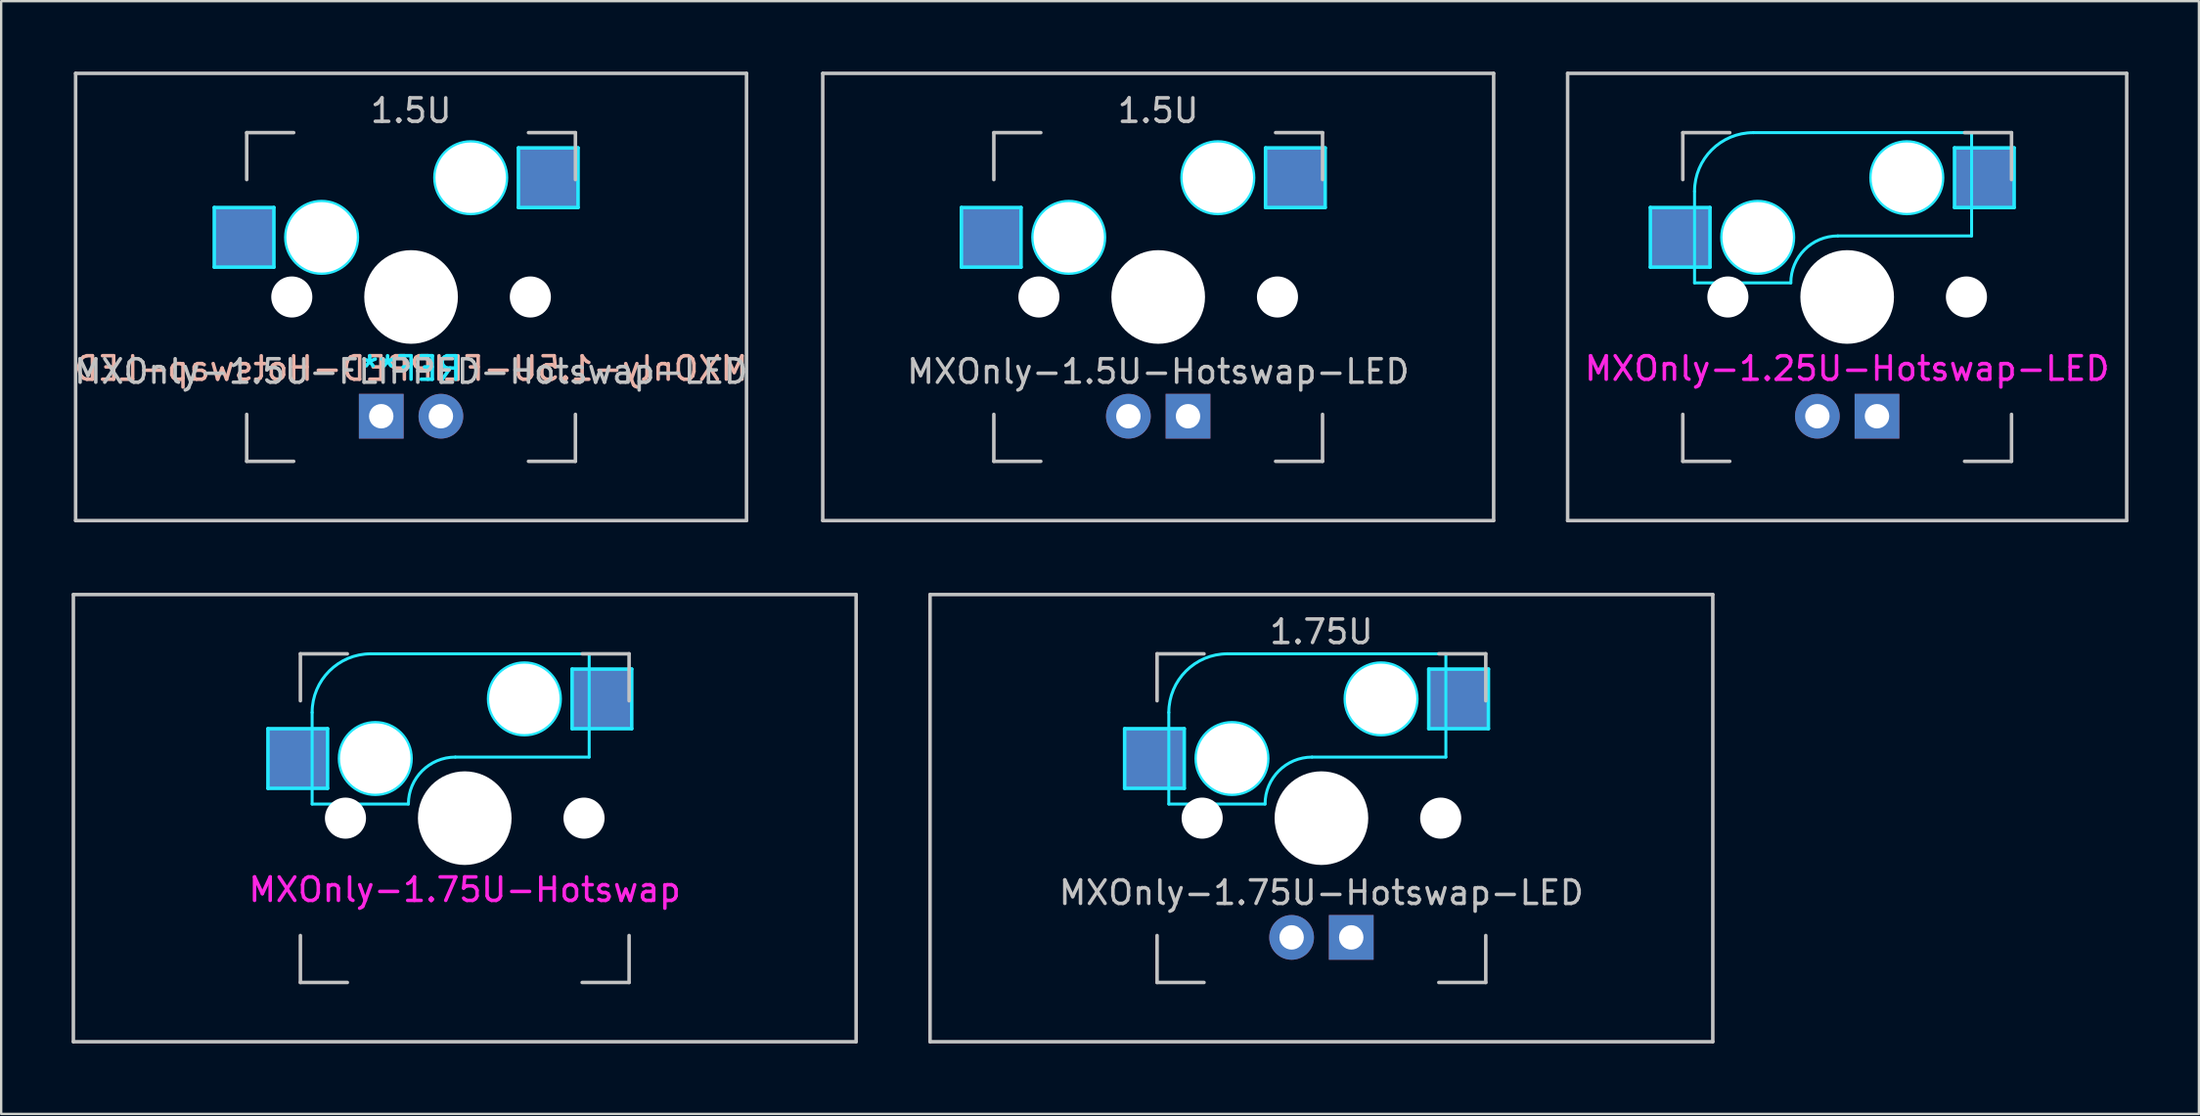
<source format=kicad_pcb>
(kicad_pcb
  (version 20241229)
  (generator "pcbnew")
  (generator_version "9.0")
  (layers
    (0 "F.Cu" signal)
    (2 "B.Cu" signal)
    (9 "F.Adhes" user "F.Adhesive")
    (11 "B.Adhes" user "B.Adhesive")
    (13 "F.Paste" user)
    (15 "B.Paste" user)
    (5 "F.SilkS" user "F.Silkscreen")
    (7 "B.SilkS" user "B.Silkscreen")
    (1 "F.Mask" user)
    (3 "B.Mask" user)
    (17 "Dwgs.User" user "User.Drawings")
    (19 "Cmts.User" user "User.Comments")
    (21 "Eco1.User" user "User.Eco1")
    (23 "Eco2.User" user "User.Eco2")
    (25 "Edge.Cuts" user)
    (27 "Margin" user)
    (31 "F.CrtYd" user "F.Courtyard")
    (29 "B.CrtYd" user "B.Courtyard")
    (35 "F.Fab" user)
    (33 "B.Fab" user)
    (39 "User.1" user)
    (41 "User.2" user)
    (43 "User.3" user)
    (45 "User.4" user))
  (footprint "MXOnly-1.5U-FLIPPED-Hotswap-LED"
    (layer "F.Cu")
    (at 14.458 9.6)
    (property "Reference" "MXOnly-1.5U-FLIPPED-Hotswap-LED" (at 0 3.175 0) (layer "Dwgs.User") (effects (font (size 1 1) (thickness 0.15))))
    (attr through_hole)
    (fp_line (start -14.287 -9.525) (end 14.287 -9.525) (stroke (width 0.15) (type solid)) (layer "Dwgs.User"))
    (fp_line (start -14.287 9.525) (end -14.287 -9.525) (stroke (width 0.15) (type solid)) (layer "Dwgs.User"))
    (fp_line (start -7 -7) (end -7 -5) (stroke (width 0.15) (type solid)) (layer "Dwgs.User"))
    (fp_line (start -7 5) (end -7 7) (stroke (width 0.15) (type solid)) (layer "Dwgs.User"))
    (fp_line (start -7 7) (end -5 7) (stroke (width 0.15) (type solid)) (layer "Dwgs.User"))
    (fp_line (start -5 -7) (end -7 -7) (stroke (width 0.15) (type solid)) (layer "Dwgs.User"))
    (fp_line (start 5 -7) (end 7 -7) (stroke (width 0.15) (type solid)) (layer "Dwgs.User"))
    (fp_line (start 5 7) (end 7 7) (stroke (width 0.15) (type solid)) (layer "Dwgs.User"))
    (fp_line (start 7 -7) (end 7 -5) (stroke (width 0.15) (type solid)) (layer "Dwgs.User"))
    (fp_line (start 7 7) (end 7 5) (stroke (width 0.15) (type solid)) (layer "Dwgs.User"))
    (fp_line (start 14.287 -9.525) (end 14.287 9.525) (stroke (width 0.15) (type solid)) (layer "Dwgs.User"))
    (fp_line (start 14.287 9.525) (end -14.287 9.525) (stroke (width 0.15) (type solid)) (layer "Dwgs.User"))
    (fp_line (start -8.382 -3.81) (end -5.842 -3.81) (stroke (width 0.15) (type solid)) (layer "B.CrtYd"))
    (fp_line (start -8.382 -1.27) (end -8.382 -3.81) (stroke (width 0.15) (type solid)) (layer "B.CrtYd"))
    (fp_line (start -5.842 -3.81) (end -5.842 -1.27) (stroke (width 0.15) (type solid)) (layer "B.CrtYd"))
    (fp_line (start -5.842 -1.27) (end -8.382 -1.27) (stroke (width 0.15) (type solid)) (layer "B.CrtYd"))
    (fp_line (start 4.572 -6.35) (end 7.112 -6.35) (stroke (width 0.15) (type solid)) (layer "B.CrtYd"))
    (fp_line (start 4.572 -3.81) (end 4.572 -6.35) (stroke (width 0.15) (type solid)) (layer "B.CrtYd"))
    (fp_line (start 7.112 -6.35) (end 7.112 -3.81) (stroke (width 0.15) (type solid)) (layer "B.CrtYd"))
    (fp_line (start 7.112 -3.81) (end 4.572 -3.81) (stroke (width 0.15) (type solid)) (layer "B.CrtYd"))
    (fp_circle (center -3.81 -2.54) (end -3.81 -4.064) (stroke (width 0.15) (type solid)) (fill no) (layer "B.CrtYd"))
    (fp_circle (center 2.54 -5.08) (end 2.54 -6.604) (stroke (width 0.15) (type solid)) (fill no) (layer "B.CrtYd"))
    (fp_text user "${REFERENCE}" (at 0 3.048 0) (layer "B.SilkS") (effects (font (size 1 1) (thickness 0.15)) (justify mirror)))
    (fp_text user "1.5U" (at 0 -7.938 0) (layer "Dwgs.User") (effects (font (size 1 1) (thickness 0.15))))
    (fp_text user "REF**" (at 0 3.048 0) (layer "B.CrtYd") (effects (font (size 1 1) (thickness 0.15)) (justify mirror)))
    (pad "" np_thru_hole circle (at -5.08 0 48.1) (size 1.75 1.75) (drill 1.75) (layers "*.Cu" "*.Mask"))
    (pad "" np_thru_hole circle (at -3.81 -2.54) (size 3 3) (drill 3) (layers "*.Cu" "*.Mask"))
    (pad "" np_thru_hole circle (at 0 0) (size 3.988 3.988) (drill 3.988) (layers "*.Cu" "*.Mask"))
    (pad "" np_thru_hole circle (at 2.54 -5.08) (size 3 3) (drill 3) (layers "*.Cu" "*.Mask"))
    (pad "" np_thru_hole circle (at 5.08 0 48.1) (size 1.75 1.75) (drill 1.75) (layers "*.Cu" "*.Mask"))
    (pad "1" smd rect (at -7.085 -2.54) (size 2.55 2.5) (layers "B.Cu" "B.Mask" "B.Paste"))
    (pad "2" smd rect (at 5.842 -5.08) (size 2.55 2.5) (layers "B.Cu" "B.Mask" "B.Paste"))
    (pad "3" thru_hole circle (at 1.27 5.08 180) (size 1.905 1.905) (drill 1.04) (layers "*.Cu" "B.Mask"))
    (pad "4" thru_hole rect (at -1.27 5.08 180) (size 1.905 1.905) (drill 1.04) (layers "*.Cu" "B.Mask")))
  (footprint "MXOnly-1.75U-Hotswap-LED"
    (layer "F.Cu")
    (at 53.231 31.8)
    (property "Reference" "MXOnly-1.75U-Hotswap-LED" (at 0 3.175 0) (layer "Dwgs.User") (effects (font (size 1 1) (thickness 0.15))))
    (attr through_hole)
    (fp_line (start -16.669 -9.525) (end 16.669 -9.525) (stroke (width 0.15) (type solid)) (layer "Dwgs.User"))
    (fp_line (start -16.669 9.525) (end -16.669 -9.525) (stroke (width 0.15) (type solid)) (layer "Dwgs.User"))
    (fp_line (start -7 -7) (end -7 -5) (stroke (width 0.15) (type solid)) (layer "Dwgs.User"))
    (fp_line (start -7 5) (end -7 7) (stroke (width 0.15) (type solid)) (layer "Dwgs.User"))
    (fp_line (start -7 7) (end -5 7) (stroke (width 0.15) (type solid)) (layer "Dwgs.User"))
    (fp_line (start -5 -7) (end -7 -7) (stroke (width 0.15) (type solid)) (layer "Dwgs.User"))
    (fp_line (start 5 -7) (end 7 -7) (stroke (width 0.15) (type solid)) (layer "Dwgs.User"))
    (fp_line (start 5 7) (end 7 7) (stroke (width 0.15) (type solid)) (layer "Dwgs.User"))
    (fp_line (start 7 -7) (end 7 -5) (stroke (width 0.15) (type solid)) (layer "Dwgs.User"))
    (fp_line (start 7 7) (end 7 5) (stroke (width 0.15) (type solid)) (layer "Dwgs.User"))
    (fp_line (start 16.669 -9.525) (end 16.669 9.525) (stroke (width 0.15) (type solid)) (layer "Dwgs.User"))
    (fp_line (start 16.669 9.525) (end -16.669 9.525) (stroke (width 0.15) (type solid)) (layer "Dwgs.User"))
    (fp_line (start -8.382 -3.81) (end -5.842 -3.81) (stroke (width 0.15) (type solid)) (layer "B.CrtYd"))
    (fp_line (start -8.382 -1.27) (end -8.382 -3.81) (stroke (width 0.15) (type solid)) (layer "B.CrtYd"))
    (fp_line (start -6.5 -4.5) (end -6.5 -0.6) (stroke (width 0.127) (type solid)) (layer "B.CrtYd"))
    (fp_line (start -6.5 -0.6) (end -2.4 -0.6) (stroke (width 0.127) (type solid)) (layer "B.CrtYd"))
    (fp_line (start -5.842 -3.81) (end -5.842 -1.27) (stroke (width 0.15) (type solid)) (layer "B.CrtYd"))
    (fp_line (start -5.842 -1.27) (end -8.382 -1.27) (stroke (width 0.15) (type solid)) (layer "B.CrtYd"))
    (fp_line (start -0.4 -2.6) (end 5.3 -2.6) (stroke (width 0.127) (type solid)) (layer "B.CrtYd"))
    (fp_line (start 4.572 -6.35) (end 7.112 -6.35) (stroke (width 0.15) (type solid)) (layer "B.CrtYd"))
    (fp_line (start 4.572 -3.81) (end 4.572 -6.35) (stroke (width 0.15) (type solid)) (layer "B.CrtYd"))
    (fp_line (start 5.3 -7) (end -4 -7) (stroke (width 0.127) (type solid)) (layer "B.CrtYd"))
    (fp_line (start 5.3 -7) (end 5.3 -2.6) (stroke (width 0.127) (type solid)) (layer "B.CrtYd"))
    (fp_line (start 7.112 -6.35) (end 7.112 -3.81) (stroke (width 0.15) (type solid)) (layer "B.CrtYd"))
    (fp_line (start 7.112 -3.81) (end 4.572 -3.81) (stroke (width 0.15) (type solid)) (layer "B.CrtYd"))
    (fp_arc (start -6.5 -4.5) (mid -5.767767 -6.267767) (end -4 -7) (stroke (width 0.127) (type solid)) (layer "B.CrtYd"))
    (fp_arc (start -2.4 -0.6) (mid -1.814214 -2.014214) (end -0.4 -2.6) (stroke (width 0.127) (type solid)) (layer "B.CrtYd"))
    (fp_circle (center -3.81 -2.54) (end -3.81 -4.064) (stroke (width 0.15) (type solid)) (fill no) (layer "B.CrtYd"))
    (fp_circle (center 2.54 -5.08) (end 2.54 -6.604) (stroke (width 0.15) (type solid)) (fill no) (layer "B.CrtYd"))
    (fp_text user "1.75U" (at 0 -7.938 0) (layer "Dwgs.User") (effects (font (size 1 1) (thickness 0.15))))
    (pad "" np_thru_hole circle (at -5.08 0 48.1) (size 1.75 1.75) (drill 1.75) (layers "*.Cu" "*.Mask"))
    (pad "" np_thru_hole circle (at -3.81 -2.54) (size 3 3) (drill 3) (layers "*.Cu" "*.Mask"))
    (pad "" np_thru_hole circle (at 0 0) (size 3.988 3.988) (drill 3.988) (layers "*.Cu" "*.Mask"))
    (pad "" np_thru_hole circle (at 2.54 -5.08) (size 3 3) (drill 3) (layers "*.Cu" "*.Mask"))
    (pad "" np_thru_hole circle (at 5.08 0 48.1) (size 1.75 1.75) (drill 1.75) (layers "*.Cu" "*.Mask"))
    (pad "1" smd rect (at -7.085 -2.54) (size 2.55 2.5) (layers "B.Cu" "B.Mask" "B.Paste"))
    (pad "2" smd rect (at 5.842 -5.08) (size 2.55 2.5) (layers "B.Cu" "B.Mask" "B.Paste"))
    (pad "3" thru_hole circle (at -1.27 5.08) (size 1.905 1.905) (drill 1.04) (layers "*.Cu" "B.Mask"))
    (pad "4" thru_hole rect (at 1.27 5.08) (size 1.905 1.905) (drill 1.04) (layers "*.Cu" "B.Mask")))
  (footprint "MXOnly-1.25U-Hotswap-LED"
    (layer "F.Cu")
    (at 75.623 9.6)
    (property "Reference" "MXOnly-1.25U-Hotswap-LED" (at 0 3.048 0) (layer "F.CrtYd") (effects (font (size 1 1) (thickness 0.15))))
    (attr smd)
    (fp_line (start -11.906 -9.525) (end 11.906 -9.525) (stroke (width 0.15) (type solid)) (layer "Dwgs.User"))
    (fp_line (start -11.906 9.525) (end -11.906 -9.525) (stroke (width 0.15) (type solid)) (layer "Dwgs.User"))
    (fp_line (start -7 -7) (end -7 -5) (stroke (width 0.15) (type solid)) (layer "Dwgs.User"))
    (fp_line (start -7 5) (end -7 7) (stroke (width 0.15) (type solid)) (layer "Dwgs.User"))
    (fp_line (start -7 7) (end -5 7) (stroke (width 0.15) (type solid)) (layer "Dwgs.User"))
    (fp_line (start -5 -7) (end -7 -7) (stroke (width 0.15) (type solid)) (layer "Dwgs.User"))
    (fp_line (start 5 -7) (end 7 -7) (stroke (width 0.15) (type solid)) (layer "Dwgs.User"))
    (fp_line (start 5 7) (end 7 7) (stroke (width 0.15) (type solid)) (layer "Dwgs.User"))
    (fp_line (start 7 -7) (end 7 -5) (stroke (width 0.15) (type solid)) (layer "Dwgs.User"))
    (fp_line (start 7 7) (end 7 5) (stroke (width 0.15) (type solid)) (layer "Dwgs.User"))
    (fp_line (start 11.906 -9.525) (end 11.906 9.525) (stroke (width 0.15) (type solid)) (layer "Dwgs.User"))
    (fp_line (start 11.906 9.525) (end -11.906 9.525) (stroke (width 0.15) (type solid)) (layer "Dwgs.User"))
    (fp_line (start -8.382 -3.81) (end -5.842 -3.81) (stroke (width 0.15) (type solid)) (layer "B.CrtYd"))
    (fp_line (start -8.382 -1.27) (end -8.382 -3.81) (stroke (width 0.15) (type solid)) (layer "B.CrtYd"))
    (fp_line (start -6.5 -4.5) (end -6.5 -0.6) (stroke (width 0.127) (type solid)) (layer "B.CrtYd"))
    (fp_line (start -6.5 -0.6) (end -2.4 -0.6) (stroke (width 0.127) (type solid)) (layer "B.CrtYd"))
    (fp_line (start -5.842 -3.81) (end -5.842 -1.27) (stroke (width 0.15) (type solid)) (layer "B.CrtYd"))
    (fp_line (start -5.842 -1.27) (end -8.382 -1.27) (stroke (width 0.15) (type solid)) (layer "B.CrtYd"))
    (fp_line (start -0.4 -2.6) (end 5.3 -2.6) (stroke (width 0.127) (type solid)) (layer "B.CrtYd"))
    (fp_line (start 4.572 -6.35) (end 7.112 -6.35) (stroke (width 0.15) (type solid)) (layer "B.CrtYd"))
    (fp_line (start 4.572 -3.81) (end 4.572 -6.35) (stroke (width 0.15) (type solid)) (layer "B.CrtYd"))
    (fp_line (start 5.3 -7) (end -4 -7) (stroke (width 0.127) (type solid)) (layer "B.CrtYd"))
    (fp_line (start 5.3 -7) (end 5.3 -2.6) (stroke (width 0.127) (type solid)) (layer "B.CrtYd"))
    (fp_line (start 7.112 -6.35) (end 7.112 -3.81) (stroke (width 0.15) (type solid)) (layer "B.CrtYd"))
    (fp_line (start 7.112 -3.81) (end 4.572 -3.81) (stroke (width 0.15) (type solid)) (layer "B.CrtYd"))
    (fp_arc (start -6.5 -4.5) (mid -5.767767 -6.267767) (end -4 -7) (stroke (width 0.127) (type solid)) (layer "B.CrtYd"))
    (fp_arc (start -2.4 -0.6) (mid -1.814214 -2.014214) (end -0.4 -2.6) (stroke (width 0.127) (type solid)) (layer "B.CrtYd"))
    (fp_circle (center -3.81 -2.54) (end -3.81 -4.064) (stroke (width 0.15) (type solid)) (fill no) (layer "B.CrtYd"))
    (fp_circle (center 2.54 -5.08) (end 2.54 -6.604) (stroke (width 0.15) (type solid)) (fill no) (layer "B.CrtYd"))
    (pad "" np_thru_hole circle (at -5.08 0 48.1) (size 1.75 1.75) (drill 1.75) (layers "*.Cu" "*.Mask"))
    (pad "" np_thru_hole circle (at -3.81 -2.54) (size 3 3) (drill 3) (layers "*.Cu" "*.Mask"))
    (pad "" np_thru_hole circle (at 0 0) (size 3.988 3.988) (drill 3.988) (layers "*.Cu" "*.Mask"))
    (pad "" np_thru_hole circle (at 2.54 -5.08) (size 3 3) (drill 3) (layers "*.Cu" "*.Mask"))
    (pad "" np_thru_hole circle (at 5.08 0 48.1) (size 1.75 1.75) (drill 1.75) (layers "*.Cu" "*.Mask"))
    (pad "1" smd rect (at -7.085 -2.54) (size 2.55 2.5) (layers "B.Cu" "B.Mask" "B.Paste"))
    (pad "2" smd rect (at 5.842 -5.08) (size 2.55 2.5) (layers "B.Cu" "B.Mask" "B.Paste"))
    (pad "3" thru_hole circle (at -1.27 5.08) (size 1.905 1.905) (drill 1.04) (layers "*.Cu" "B.Mask"))
    (pad "4" thru_hole rect (at 1.27 5.08) (size 1.905 1.905) (drill 1.04) (layers "*.Cu" "B.Mask")))
  (footprint "MXOnly-1.5U-Hotswap-LED"
    (layer "F.Cu")
    (at 46.279 9.6)
    (property "Reference" "MXOnly-1.5U-Hotswap-LED" (at 0 3.175 0) (layer "Dwgs.User") (effects (font (size 1 1) (thickness 0.15))))
    (attr through_hole)
    (fp_line (start -14.287 -9.525) (end 14.287 -9.525) (stroke (width 0.15) (type solid)) (layer "Dwgs.User"))
    (fp_line (start -14.287 9.525) (end -14.287 -9.525) (stroke (width 0.15) (type solid)) (layer "Dwgs.User"))
    (fp_line (start -7 -7) (end -7 -5) (stroke (width 0.15) (type solid)) (layer "Dwgs.User"))
    (fp_line (start -7 5) (end -7 7) (stroke (width 0.15) (type solid)) (layer "Dwgs.User"))
    (fp_line (start -7 7) (end -5 7) (stroke (width 0.15) (type solid)) (layer "Dwgs.User"))
    (fp_line (start -5 -7) (end -7 -7) (stroke (width 0.15) (type solid)) (layer "Dwgs.User"))
    (fp_line (start 5 -7) (end 7 -7) (stroke (width 0.15) (type solid)) (layer "Dwgs.User"))
    (fp_line (start 5 7) (end 7 7) (stroke (width 0.15) (type solid)) (layer "Dwgs.User"))
    (fp_line (start 7 -7) (end 7 -5) (stroke (width 0.15) (type solid)) (layer "Dwgs.User"))
    (fp_line (start 7 7) (end 7 5) (stroke (width 0.15) (type solid)) (layer "Dwgs.User"))
    (fp_line (start 14.287 -9.525) (end 14.287 9.525) (stroke (width 0.15) (type solid)) (layer "Dwgs.User"))
    (fp_line (start 14.287 9.525) (end -14.287 9.525) (stroke (width 0.15) (type solid)) (layer "Dwgs.User"))
    (fp_line (start -8.382 -3.81) (end -5.842 -3.81) (stroke (width 0.15) (type solid)) (layer "B.CrtYd"))
    (fp_line (start -8.382 -1.27) (end -8.382 -3.81) (stroke (width 0.15) (type solid)) (layer "B.CrtYd"))
    (fp_line (start -5.842 -3.81) (end -5.842 -1.27) (stroke (width 0.15) (type solid)) (layer "B.CrtYd"))
    (fp_line (start -5.842 -1.27) (end -8.382 -1.27) (stroke (width 0.15) (type solid)) (layer "B.CrtYd"))
    (fp_line (start 4.572 -6.35) (end 7.112 -6.35) (stroke (width 0.15) (type solid)) (layer "B.CrtYd"))
    (fp_line (start 4.572 -3.81) (end 4.572 -6.35) (stroke (width 0.15) (type solid)) (layer "B.CrtYd"))
    (fp_line (start 7.112 -6.35) (end 7.112 -3.81) (stroke (width 0.15) (type solid)) (layer "B.CrtYd"))
    (fp_line (start 7.112 -3.81) (end 4.572 -3.81) (stroke (width 0.15) (type solid)) (layer "B.CrtYd"))
    (fp_circle (center -3.81 -2.54) (end -3.81 -4.064) (stroke (width 0.15) (type solid)) (fill no) (layer "B.CrtYd"))
    (fp_circle (center 2.54 -5.08) (end 2.54 -6.604) (stroke (width 0.15) (type solid)) (fill no) (layer "B.CrtYd"))
    (fp_text user "1.5U" (at 0 -7.938 0) (layer "Dwgs.User") (effects (font (size 1 1) (thickness 0.15))))
    (pad "" np_thru_hole circle (at -5.08 0 48.1) (size 1.75 1.75) (drill 1.75) (layers "*.Cu" "*.Mask"))
    (pad "" np_thru_hole circle (at -3.81 -2.54) (size 3 3) (drill 3) (layers "*.Cu" "*.Mask"))
    (pad "" np_thru_hole circle (at 0 0) (size 3.988 3.988) (drill 3.988) (layers "*.Cu" "*.Mask"))
    (pad "" np_thru_hole circle (at 2.54 -5.08) (size 3 3) (drill 3) (layers "*.Cu" "*.Mask"))
    (pad "" np_thru_hole circle (at 5.08 0 48.1) (size 1.75 1.75) (drill 1.75) (layers "*.Cu" "*.Mask"))
    (pad "1" smd rect (at -7.085 -2.54) (size 2.55 2.5) (layers "B.Cu" "B.Mask" "B.Paste"))
    (pad "2" smd rect (at 5.842 -5.08) (size 2.55 2.5) (layers "B.Cu" "B.Mask" "B.Paste"))
    (pad "3" thru_hole circle (at -1.27 5.08) (size 1.905 1.905) (drill 1.04) (layers "*.Cu" "B.Mask"))
    (pad "4" thru_hole rect (at 1.27 5.08) (size 1.905 1.905) (drill 1.04) (layers "*.Cu" "B.Mask")))
  (footprint "MXOnly-1.75U-Hotswap"
    (layer "F.Cu")
    (at 16.744 31.8)
    (property "Reference" "MXOnly-1.75U-Hotswap" (at 0 3.048 0) (layer "F.CrtYd") (effects (font (size 1 1) (thickness 0.15))))
    (attr smd)
    (fp_line (start -16.669 -9.525) (end 16.669 -9.525) (stroke (width 0.15) (type solid)) (layer "Dwgs.User"))
    (fp_line (start -16.669 9.525) (end -16.669 -9.525) (stroke (width 0.15) (type solid)) (layer "Dwgs.User"))
    (fp_line (start -7 -7) (end -7 -5) (stroke (width 0.15) (type solid)) (layer "Dwgs.User"))
    (fp_line (start -7 5) (end -7 7) (stroke (width 0.15) (type solid)) (layer "Dwgs.User"))
    (fp_line (start -7 7) (end -5 7) (stroke (width 0.15) (type solid)) (layer "Dwgs.User"))
    (fp_line (start -5 -7) (end -7 -7) (stroke (width 0.15) (type solid)) (layer "Dwgs.User"))
    (fp_line (start 5 -7) (end 7 -7) (stroke (width 0.15) (type solid)) (layer "Dwgs.User"))
    (fp_line (start 5 7) (end 7 7) (stroke (width 0.15) (type solid)) (layer "Dwgs.User"))
    (fp_line (start 7 -7) (end 7 -5) (stroke (width 0.15) (type solid)) (layer "Dwgs.User"))
    (fp_line (start 7 7) (end 7 5) (stroke (width 0.15) (type solid)) (layer "Dwgs.User"))
    (fp_line (start 16.669 -9.525) (end 16.669 9.525) (stroke (width 0.15) (type solid)) (layer "Dwgs.User"))
    (fp_line (start 16.669 9.525) (end -16.669 9.525) (stroke (width 0.15) (type solid)) (layer "Dwgs.User"))
    (fp_line (start -8.382 -3.81) (end -5.842 -3.81) (stroke (width 0.15) (type solid)) (layer "B.CrtYd"))
    (fp_line (start -8.382 -1.27) (end -8.382 -3.81) (stroke (width 0.15) (type solid)) (layer "B.CrtYd"))
    (fp_line (start -6.5 -4.5) (end -6.5 -0.6) (stroke (width 0.127) (type solid)) (layer "B.CrtYd"))
    (fp_line (start -6.5 -0.6) (end -2.4 -0.6) (stroke (width 0.127) (type solid)) (layer "B.CrtYd"))
    (fp_line (start -5.842 -3.81) (end -5.842 -1.27) (stroke (width 0.15) (type solid)) (layer "B.CrtYd"))
    (fp_line (start -5.842 -1.27) (end -8.382 -1.27) (stroke (width 0.15) (type solid)) (layer "B.CrtYd"))
    (fp_line (start -0.4 -2.6) (end 5.3 -2.6) (stroke (width 0.127) (type solid)) (layer "B.CrtYd"))
    (fp_line (start 4.572 -6.35) (end 7.112 -6.35) (stroke (width 0.15) (type solid)) (layer "B.CrtYd"))
    (fp_line (start 4.572 -3.81) (end 4.572 -6.35) (stroke (width 0.15) (type solid)) (layer "B.CrtYd"))
    (fp_line (start 5.3 -7) (end -4 -7) (stroke (width 0.127) (type solid)) (layer "B.CrtYd"))
    (fp_line (start 5.3 -7) (end 5.3 -2.6) (stroke (width 0.127) (type solid)) (layer "B.CrtYd"))
    (fp_line (start 7.112 -6.35) (end 7.112 -3.81) (stroke (width 0.15) (type solid)) (layer "B.CrtYd"))
    (fp_line (start 7.112 -3.81) (end 4.572 -3.81) (stroke (width 0.15) (type solid)) (layer "B.CrtYd"))
    (fp_arc (start -6.5 -4.5) (mid -5.767767 -6.267767) (end -4 -7) (stroke (width 0.127) (type solid)) (layer "B.CrtYd"))
    (fp_arc (start -2.4 -0.6) (mid -1.814214 -2.014214) (end -0.4 -2.6) (stroke (width 0.127) (type solid)) (layer "B.CrtYd"))
    (fp_circle (center -3.81 -2.54) (end -3.81 -4.064) (stroke (width 0.15) (type solid)) (fill no) (layer "B.CrtYd"))
    (fp_circle (center 2.54 -5.08) (end 2.54 -6.604) (stroke (width 0.15) (type solid)) (fill no) (layer "B.CrtYd"))
    (pad "" np_thru_hole circle (at -5.08 0 48.1) (size 1.75 1.75) (drill 1.75) (layers "*.Cu" "*.Mask"))
    (pad "" np_thru_hole circle (at -3.81 -2.54) (size 3 3) (drill 3) (layers "*.Cu" "*.Mask"))
    (pad "" np_thru_hole circle (at 0 0) (size 3.988 3.988) (drill 3.988) (layers "*.Cu" "*.Mask"))
    (pad "" np_thru_hole circle (at 2.54 -5.08) (size 3 3) (drill 3) (layers "*.Cu" "*.Mask"))
    (pad "" np_thru_hole circle (at 5.08 0 48.1) (size 1.75 1.75) (drill 1.75) (layers "*.Cu" "*.Mask"))
    (pad "1" smd rect (at -7.085 -2.54) (size 2.55 2.5) (layers "B.Cu" "B.Mask" "B.Paste"))
    (pad "2" smd rect (at 5.842 -5.08) (size 2.55 2.5) (layers "B.Cu" "B.Mask" "B.Paste")))
  (gr_rect
    (start -3 -3)
    (end 90.604 44.4)
    (stroke (width 0.1) (type default))
    (fill no)
    (layer "Edge.Cuts")))
</source>
